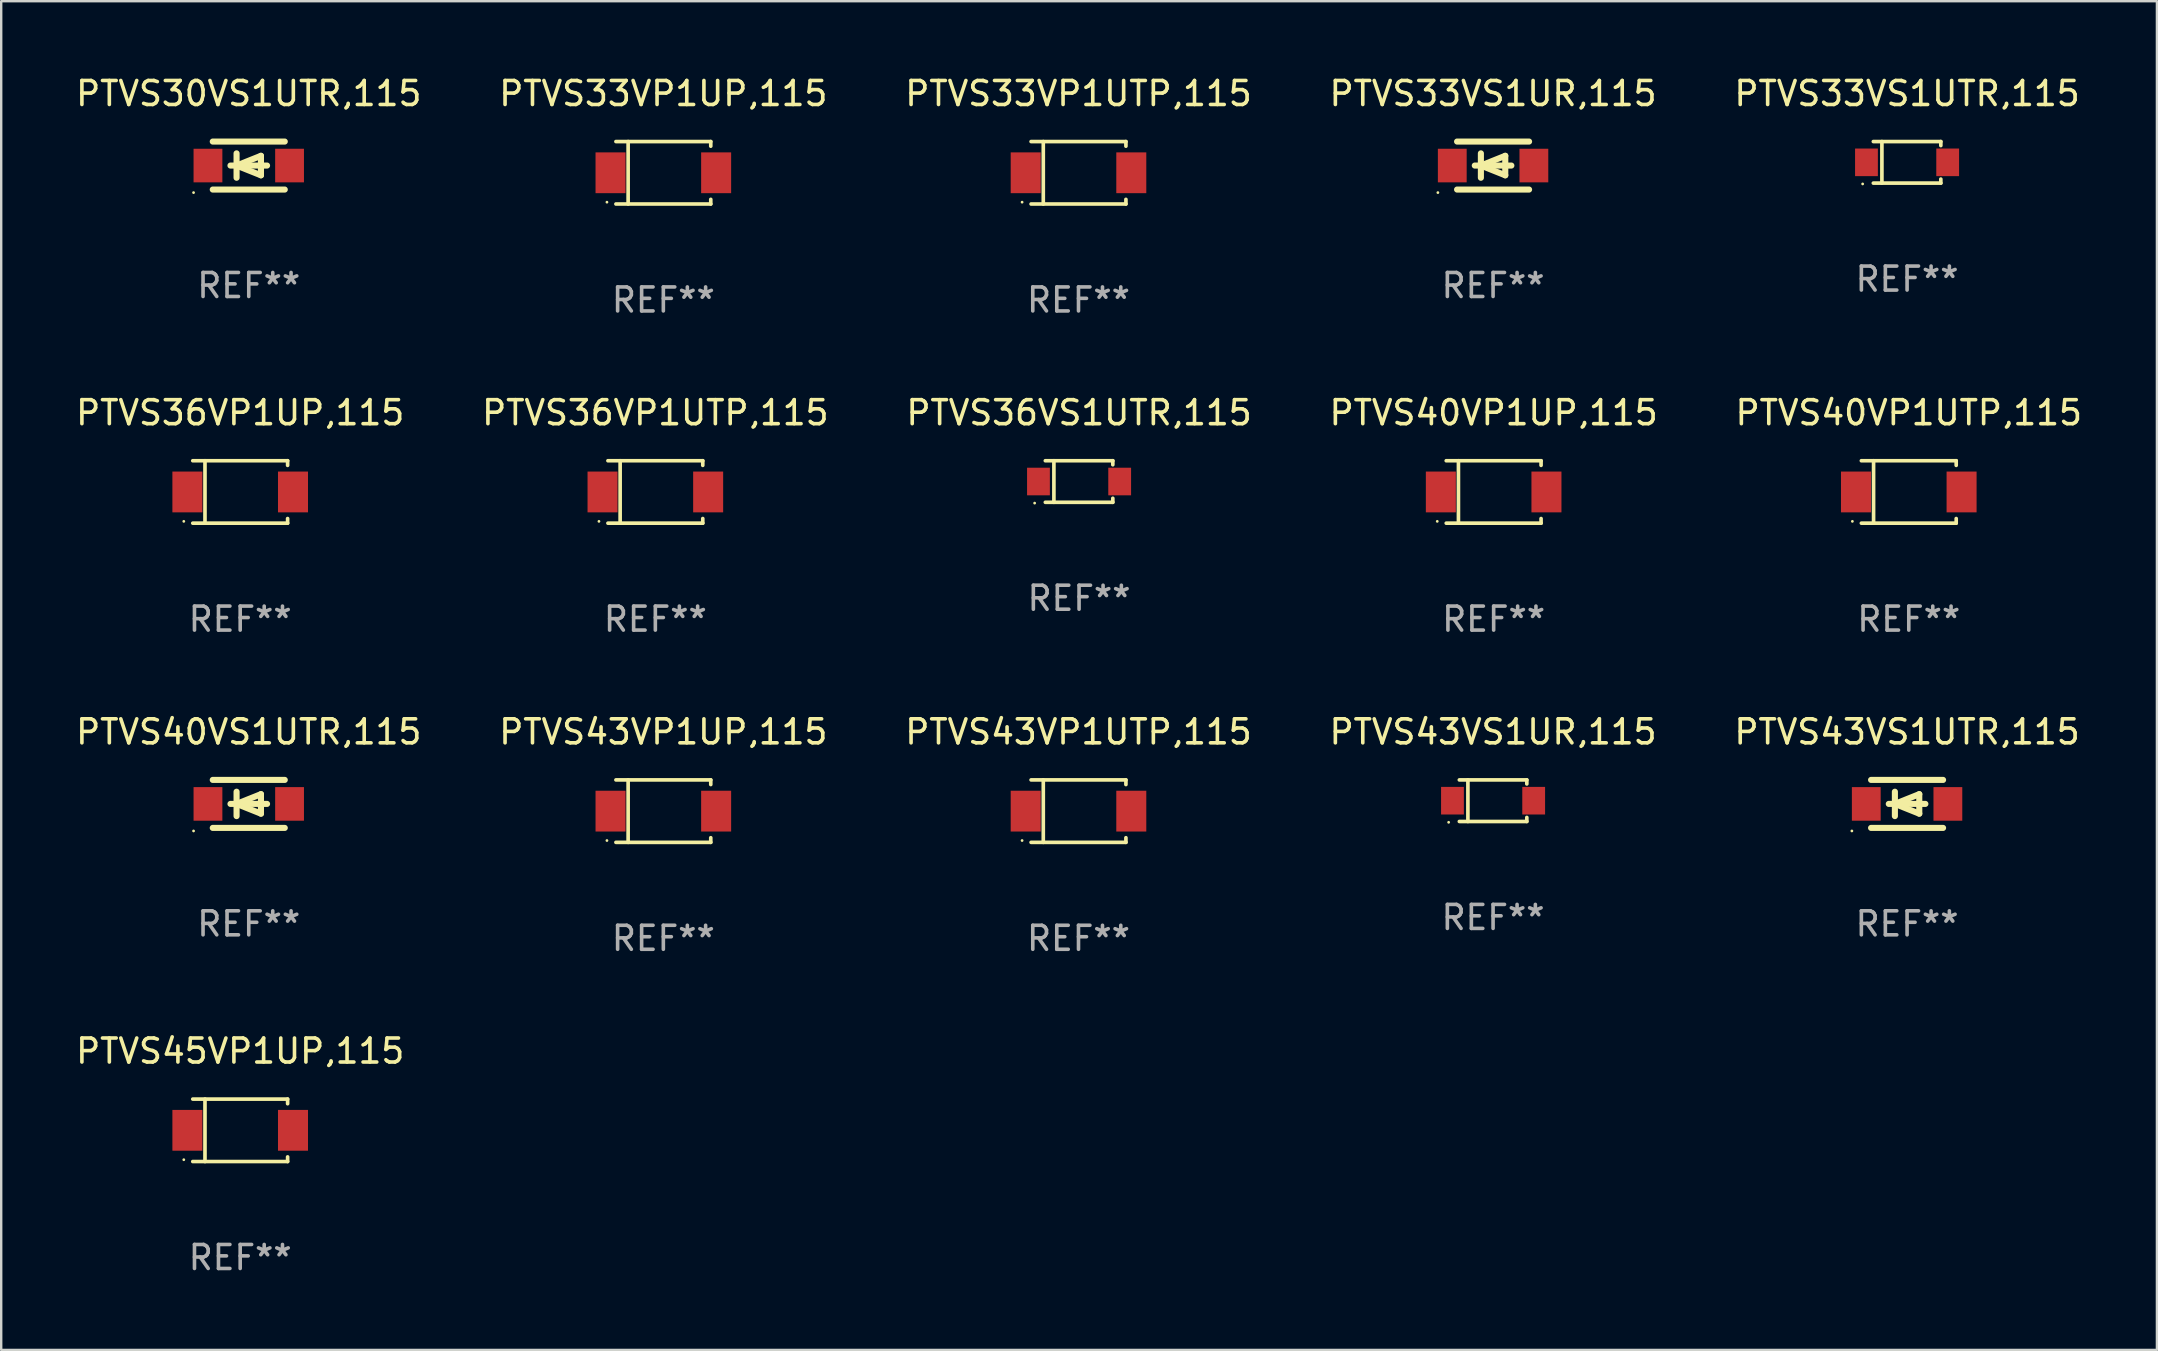
<source format=kicad_pcb>
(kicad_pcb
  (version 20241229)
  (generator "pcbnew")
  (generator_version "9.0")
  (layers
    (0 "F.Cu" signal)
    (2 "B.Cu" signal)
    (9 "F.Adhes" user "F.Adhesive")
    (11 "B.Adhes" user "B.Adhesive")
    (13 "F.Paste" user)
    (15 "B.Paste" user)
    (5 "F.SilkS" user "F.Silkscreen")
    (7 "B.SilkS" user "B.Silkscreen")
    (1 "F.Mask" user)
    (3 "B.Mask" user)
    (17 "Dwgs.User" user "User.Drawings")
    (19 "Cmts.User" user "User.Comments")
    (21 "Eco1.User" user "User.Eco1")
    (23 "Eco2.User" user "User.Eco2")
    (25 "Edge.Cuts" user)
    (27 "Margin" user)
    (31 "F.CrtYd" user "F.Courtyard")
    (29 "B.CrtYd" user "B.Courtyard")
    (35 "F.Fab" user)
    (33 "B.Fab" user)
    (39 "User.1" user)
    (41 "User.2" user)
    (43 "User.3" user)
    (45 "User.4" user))
  (footprint "PTVS40VP1UP,115"
    (layer "F.Cu")
    (at 59.185 17.448)
    (property "Reference" "PTVS40VP1UP,115" (at 0 -3.301 0) (layer "F.SilkS") (effects (font (size 1 1) (thickness 0.15))))
    (attr through_hole)
    (fp_line (start -1.976 -1.301) (end 1.976 -1.301) (stroke (width 0.152) (type solid)) (layer "F.SilkS"))
    (fp_line (start -1.976 1.301) (end 1.976 1.301) (stroke (width 0.152) (type solid)) (layer "F.SilkS"))
    (fp_line (start -1.467 -1.301) (end -1.467 1.301) (stroke (width 0.152) (type solid)) (layer "F.SilkS"))
    (fp_line (start 1.976 -1.301) (end 1.976 -1.108) (stroke (width 0.152) (type solid)) (layer "F.SilkS"))
    (fp_line (start 1.976 1.301) (end 1.976 1.108) (stroke (width 0.152) (type solid)) (layer "F.SilkS"))
    (fp_circle (center -2.35 1.225) (end -2.32 1.225) (stroke (width 0.06) (type solid)) (fill no) (layer "F.SilkS"))
    (fp_text user "REF**" (at 0 5.301 0) (layer "F.Fab") (effects (font (size 1 1) (thickness 0.15))))
    (pad "1" smd rect (at -2.2 0 180) (size 1.25 1.7) (layers "F.Cu" "F.Mask" "F.Paste"))
    (pad "2" smd rect (at 2.2 0 180) (size 1.25 1.7) (layers "F.Cu" "F.Mask" "F.Paste")))
  (footprint "PTVS33VS1UR,115"
    (layer "F.Cu")
    (at 59.161 3.848)
    (property "Reference" "PTVS33VS1UR,115" (at 0 -3 0) (layer "F.SilkS") (effects (font (size 1 1) (thickness 0.15))))
    (attr through_hole)
    (fp_line (start -1.5 -1) (end 1.5 -1) (stroke (width 0.254) (type solid)) (layer "F.SilkS"))
    (fp_line (start -1.5 1) (end 1.5 1) (stroke (width 0.254) (type solid)) (layer "F.SilkS"))
    (fp_line (start -0.762 0) (end 0.762 0) (stroke (width 0.254) (type solid)) (layer "F.SilkS"))
    (fp_line (start -0.508 -0.508) (end -0.508 0.508) (stroke (width 0.254) (type solid)) (layer "F.SilkS"))
    (fp_line (start -0.508 0) (end 0.508 -0.406) (stroke (width 0.254) (type solid)) (layer "F.SilkS"))
    (fp_line (start 0.508 -0.406) (end 0.508 0.406) (stroke (width 0.254) (type solid)) (layer "F.SilkS"))
    (fp_line (start 0.508 0.406) (end -0.508 0) (stroke (width 0.254) (type solid)) (layer "F.SilkS"))
    (fp_circle (center -2.3 1.127) (end -2.27 1.127) (stroke (width 0.06) (type solid)) (fill no) (layer "F.SilkS"))
    (fp_text user "REF**" (at 0 5 0) (layer "F.Fab") (effects (font (size 1 1) (thickness 0.15))))
    (pad "1" smd rect (at -1.7 0) (size 1.2 1.4) (layers "F.Cu" "F.Mask" "F.Paste"))
    (pad "2" smd rect (at 1.7 0) (size 1.2 1.4) (layers "F.Cu" "F.Mask" "F.Paste")))
  (footprint "PTVS45VP1UP,115"
    (layer "F.Cu")
    (at 6.958 44.046)
    (property "Reference" "PTVS45VP1UP,115" (at 0 -3.301 0) (layer "F.SilkS") (effects (font (size 1 1) (thickness 0.15))))
    (attr through_hole)
    (fp_line (start -1.976 -1.301) (end 1.976 -1.301) (stroke (width 0.152) (type solid)) (layer "F.SilkS"))
    (fp_line (start -1.976 1.301) (end 1.976 1.301) (stroke (width 0.152) (type solid)) (layer "F.SilkS"))
    (fp_line (start -1.467 -1.301) (end -1.467 1.301) (stroke (width 0.152) (type solid)) (layer "F.SilkS"))
    (fp_line (start 1.976 -1.301) (end 1.976 -1.108) (stroke (width 0.152) (type solid)) (layer "F.SilkS"))
    (fp_line (start 1.976 1.301) (end 1.976 1.108) (stroke (width 0.152) (type solid)) (layer "F.SilkS"))
    (fp_circle (center -2.35 1.225) (end -2.32 1.225) (stroke (width 0.06) (type solid)) (fill no) (layer "F.SilkS"))
    (fp_text user "REF**" (at 0 5.301 0) (layer "F.Fab") (effects (font (size 1 1) (thickness 0.15))))
    (pad "1" smd rect (at -2.2 0 180) (size 1.25 1.7) (layers "F.Cu" "F.Mask" "F.Paste"))
    (pad "2" smd rect (at 2.2 0 180) (size 1.25 1.7) (layers "F.Cu" "F.Mask" "F.Paste")))
  (footprint "PTVS43VS1UR,115"
    (layer "F.Cu")
    (at 59.161 30.312)
    (property "Reference" "PTVS43VS1UR,115" (at 0 -2.866 0) (layer "F.SilkS") (effects (font (size 1 1) (thickness 0.15))))
    (attr through_hole)
    (fp_line (start -1.406 -0.866) (end 1.406 -0.866) (stroke (width 0.152) (type solid)) (layer "F.SilkS"))
    (fp_line (start -1.406 0.866) (end 1.406 0.866) (stroke (width 0.152) (type solid)) (layer "F.SilkS"))
    (fp_line (start -1.049 -0.866) (end -1.049 0.866) (stroke (width 0.152) (type solid)) (layer "F.SilkS"))
    (fp_line (start 1.406 -0.866) (end 1.406 -0.698) (stroke (width 0.152) (type solid)) (layer "F.SilkS"))
    (fp_line (start 1.406 0.866) (end 1.406 0.698) (stroke (width 0.152) (type solid)) (layer "F.SilkS"))
    (fp_circle (center -1.851 0.9) (end -1.821 0.9) (stroke (width 0.06) (type solid)) (fill no) (layer "F.SilkS"))
    (fp_text user "REF**" (at 0 4.866 0) (layer "F.Fab") (effects (font (size 1 1) (thickness 0.15))))
    (pad "1" smd rect (at -1.692 0) (size 0.95 1.15) (layers "F.Cu" "F.Mask" "F.Paste"))
    (pad "2" smd rect (at 1.692 0) (size 0.95 1.15) (layers "F.Cu" "F.Mask" "F.Paste")))
  (footprint "PTVS40VS1UTR,115"
    (layer "F.Cu")
    (at 7.315 30.446)
    (property "Reference" "PTVS40VS1UTR,115" (at 0 -3 0) (layer "F.SilkS") (effects (font (size 1 1) (thickness 0.15))))
    (attr through_hole)
    (fp_line (start -1.5 -1) (end 1.5 -1) (stroke (width 0.254) (type solid)) (layer "F.SilkS"))
    (fp_line (start -1.5 1) (end 1.5 1) (stroke (width 0.254) (type solid)) (layer "F.SilkS"))
    (fp_line (start -0.762 0) (end 0.762 0) (stroke (width 0.254) (type solid)) (layer "F.SilkS"))
    (fp_line (start -0.508 -0.508) (end -0.508 0.508) (stroke (width 0.254) (type solid)) (layer "F.SilkS"))
    (fp_line (start -0.508 0) (end 0.508 -0.406) (stroke (width 0.254) (type solid)) (layer "F.SilkS"))
    (fp_line (start 0.508 -0.406) (end 0.508 0.406) (stroke (width 0.254) (type solid)) (layer "F.SilkS"))
    (fp_line (start 0.508 0.406) (end -0.508 0) (stroke (width 0.254) (type solid)) (layer "F.SilkS"))
    (fp_circle (center -2.3 1.127) (end -2.27 1.127) (stroke (width 0.06) (type solid)) (fill no) (layer "F.SilkS"))
    (fp_text user "REF**" (at 0 5 0) (layer "F.Fab") (effects (font (size 1 1) (thickness 0.15))))
    (pad "1" smd rect (at -1.7 0) (size 1.2 1.4) (layers "F.Cu" "F.Mask" "F.Paste"))
    (pad "2" smd rect (at 1.7 0) (size 1.2 1.4) (layers "F.Cu" "F.Mask" "F.Paste")))
  (footprint "PTVS36VS1UTR,115"
    (layer "F.Cu")
    (at 41.911 17.013)
    (property "Reference" "PTVS36VS1UTR,115" (at 0 -2.866 0) (layer "F.SilkS") (effects (font (size 1 1) (thickness 0.15))))
    (attr through_hole)
    (fp_line (start -1.406 -0.866) (end 1.406 -0.866) (stroke (width 0.152) (type solid)) (layer "F.SilkS"))
    (fp_line (start -1.406 0.866) (end 1.406 0.866) (stroke (width 0.152) (type solid)) (layer "F.SilkS"))
    (fp_line (start -1.049 -0.866) (end -1.049 0.866) (stroke (width 0.152) (type solid)) (layer "F.SilkS"))
    (fp_line (start 1.406 -0.866) (end 1.406 -0.698) (stroke (width 0.152) (type solid)) (layer "F.SilkS"))
    (fp_line (start 1.406 0.866) (end 1.406 0.698) (stroke (width 0.152) (type solid)) (layer "F.SilkS"))
    (fp_circle (center -1.851 0.9) (end -1.821 0.9) (stroke (width 0.06) (type solid)) (fill no) (layer "F.SilkS"))
    (fp_text user "REF**" (at 0 4.866 0) (layer "F.Fab") (effects (font (size 1 1) (thickness 0.15))))
    (pad "1" smd rect (at -1.692 0) (size 0.95 1.15) (layers "F.Cu" "F.Mask" "F.Paste"))
    (pad "2" smd rect (at 1.692 0) (size 0.95 1.15) (layers "F.Cu" "F.Mask" "F.Paste")))
  (footprint "PTVS40VP1UTP,115"
    (layer "F.Cu")
    (at 76.482 17.448)
    (property "Reference" "PTVS40VP1UTP,115" (at 0 -3.301 0) (layer "F.SilkS") (effects (font (size 1 1) (thickness 0.15))))
    (attr through_hole)
    (fp_line (start -1.976 -1.301) (end 1.976 -1.301) (stroke (width 0.152) (type solid)) (layer "F.SilkS"))
    (fp_line (start -1.976 1.301) (end 1.976 1.301) (stroke (width 0.152) (type solid)) (layer "F.SilkS"))
    (fp_line (start -1.467 -1.301) (end -1.467 1.301) (stroke (width 0.152) (type solid)) (layer "F.SilkS"))
    (fp_line (start 1.976 -1.301) (end 1.976 -1.108) (stroke (width 0.152) (type solid)) (layer "F.SilkS"))
    (fp_line (start 1.976 1.301) (end 1.976 1.108) (stroke (width 0.152) (type solid)) (layer "F.SilkS"))
    (fp_circle (center -2.35 1.225) (end -2.32 1.225) (stroke (width 0.06) (type solid)) (fill no) (layer "F.SilkS"))
    (fp_text user "REF**" (at 0 5.301 0) (layer "F.Fab") (effects (font (size 1 1) (thickness 0.15))))
    (pad "1" smd rect (at -2.2 0 180) (size 1.25 1.7) (layers "F.Cu" "F.Mask" "F.Paste"))
    (pad "2" smd rect (at 2.2 0 180) (size 1.25 1.7) (layers "F.Cu" "F.Mask" "F.Paste")))
  (footprint "PTVS43VP1UTP,115"
    (layer "F.Cu")
    (at 41.887 30.747)
    (property "Reference" "PTVS43VP1UTP,115" (at 0 -3.301 0) (layer "F.SilkS") (effects (font (size 1 1) (thickness 0.15))))
    (attr through_hole)
    (fp_line (start -1.976 -1.301) (end 1.976 -1.301) (stroke (width 0.152) (type solid)) (layer "F.SilkS"))
    (fp_line (start -1.976 1.301) (end 1.976 1.301) (stroke (width 0.152) (type solid)) (layer "F.SilkS"))
    (fp_line (start -1.467 -1.301) (end -1.467 1.301) (stroke (width 0.152) (type solid)) (layer "F.SilkS"))
    (fp_line (start 1.976 -1.301) (end 1.976 -1.108) (stroke (width 0.152) (type solid)) (layer "F.SilkS"))
    (fp_line (start 1.976 1.301) (end 1.976 1.108) (stroke (width 0.152) (type solid)) (layer "F.SilkS"))
    (fp_circle (center -2.35 1.225) (end -2.32 1.225) (stroke (width 0.06) (type solid)) (fill no) (layer "F.SilkS"))
    (fp_text user "REF**" (at 0 5.301 0) (layer "F.Fab") (effects (font (size 1 1) (thickness 0.15))))
    (pad "1" smd rect (at -2.2 0 180) (size 1.25 1.7) (layers "F.Cu" "F.Mask" "F.Paste"))
    (pad "2" smd rect (at 2.2 0 180) (size 1.25 1.7) (layers "F.Cu" "F.Mask" "F.Paste")))
  (footprint "PTVS33VP1UP,115"
    (layer "F.Cu")
    (at 24.589 4.149)
    (property "Reference" "PTVS33VP1UP,115" (at 0 -3.301 0) (layer "F.SilkS") (effects (font (size 1 1) (thickness 0.15))))
    (attr through_hole)
    (fp_line (start -1.976 -1.301) (end 1.976 -1.301) (stroke (width 0.152) (type solid)) (layer "F.SilkS"))
    (fp_line (start -1.976 1.301) (end 1.976 1.301) (stroke (width 0.152) (type solid)) (layer "F.SilkS"))
    (fp_line (start -1.467 -1.301) (end -1.467 1.301) (stroke (width 0.152) (type solid)) (layer "F.SilkS"))
    (fp_line (start 1.976 -1.301) (end 1.976 -1.108) (stroke (width 0.152) (type solid)) (layer "F.SilkS"))
    (fp_line (start 1.976 1.301) (end 1.976 1.108) (stroke (width 0.152) (type solid)) (layer "F.SilkS"))
    (fp_circle (center -2.35 1.225) (end -2.32 1.225) (stroke (width 0.06) (type solid)) (fill no) (layer "F.SilkS"))
    (fp_text user "REF**" (at 0 5.301 0) (layer "F.Fab") (effects (font (size 1 1) (thickness 0.15))))
    (pad "1" smd rect (at -2.2 0 180) (size 1.25 1.7) (layers "F.Cu" "F.Mask" "F.Paste"))
    (pad "2" smd rect (at 2.2 0 180) (size 1.25 1.7) (layers "F.Cu" "F.Mask" "F.Paste")))
  (footprint "PTVS36VP1UP,115"
    (layer "F.Cu")
    (at 6.958 17.448)
    (property "Reference" "PTVS36VP1UP,115" (at 0 -3.301 0) (layer "F.SilkS") (effects (font (size 1 1) (thickness 0.15))))
    (attr through_hole)
    (fp_line (start -1.976 -1.301) (end 1.976 -1.301) (stroke (width 0.152) (type solid)) (layer "F.SilkS"))
    (fp_line (start -1.976 1.301) (end 1.976 1.301) (stroke (width 0.152) (type solid)) (layer "F.SilkS"))
    (fp_line (start -1.467 -1.301) (end -1.467 1.301) (stroke (width 0.152) (type solid)) (layer "F.SilkS"))
    (fp_line (start 1.976 -1.301) (end 1.976 -1.108) (stroke (width 0.152) (type solid)) (layer "F.SilkS"))
    (fp_line (start 1.976 1.301) (end 1.976 1.108) (stroke (width 0.152) (type solid)) (layer "F.SilkS"))
    (fp_circle (center -2.35 1.225) (end -2.32 1.225) (stroke (width 0.06) (type solid)) (fill no) (layer "F.SilkS"))
    (fp_text user "REF**" (at 0 5.301 0) (layer "F.Fab") (effects (font (size 1 1) (thickness 0.15))))
    (pad "1" smd rect (at -2.2 0 180) (size 1.25 1.7) (layers "F.Cu" "F.Mask" "F.Paste"))
    (pad "2" smd rect (at 2.2 0 180) (size 1.25 1.7) (layers "F.Cu" "F.Mask" "F.Paste")))
  (footprint "PTVS33VS1UTR,115"
    (layer "F.Cu")
    (at 76.411 3.714)
    (property "Reference" "PTVS33VS1UTR,115" (at 0 -2.866 0) (layer "F.SilkS") (effects (font (size 1 1) (thickness 0.15))))
    (attr through_hole)
    (fp_line (start -1.406 -0.866) (end 1.406 -0.866) (stroke (width 0.152) (type solid)) (layer "F.SilkS"))
    (fp_line (start -1.406 0.866) (end 1.406 0.866) (stroke (width 0.152) (type solid)) (layer "F.SilkS"))
    (fp_line (start -1.049 -0.866) (end -1.049 0.866) (stroke (width 0.152) (type solid)) (layer "F.SilkS"))
    (fp_line (start 1.406 -0.866) (end 1.406 -0.698) (stroke (width 0.152) (type solid)) (layer "F.SilkS"))
    (fp_line (start 1.406 0.866) (end 1.406 0.698) (stroke (width 0.152) (type solid)) (layer "F.SilkS"))
    (fp_circle (center -1.851 0.9) (end -1.821 0.9) (stroke (width 0.06) (type solid)) (fill no) (layer "F.SilkS"))
    (fp_text user "REF**" (at 0 4.866 0) (layer "F.Fab") (effects (font (size 1 1) (thickness 0.15))))
    (pad "1" smd rect (at -1.692 0) (size 0.95 1.15) (layers "F.Cu" "F.Mask" "F.Paste"))
    (pad "2" smd rect (at 1.692 0) (size 0.95 1.15) (layers "F.Cu" "F.Mask" "F.Paste")))
  (footprint "PTVS43VP1UP,115"
    (layer "F.Cu")
    (at 24.589 30.747)
    (property "Reference" "PTVS43VP1UP,115" (at 0 -3.301 0) (layer "F.SilkS") (effects (font (size 1 1) (thickness 0.15))))
    (attr through_hole)
    (fp_line (start -1.976 -1.301) (end 1.976 -1.301) (stroke (width 0.152) (type solid)) (layer "F.SilkS"))
    (fp_line (start -1.976 1.301) (end 1.976 1.301) (stroke (width 0.152) (type solid)) (layer "F.SilkS"))
    (fp_line (start -1.467 -1.301) (end -1.467 1.301) (stroke (width 0.152) (type solid)) (layer "F.SilkS"))
    (fp_line (start 1.976 -1.301) (end 1.976 -1.108) (stroke (width 0.152) (type solid)) (layer "F.SilkS"))
    (fp_line (start 1.976 1.301) (end 1.976 1.108) (stroke (width 0.152) (type solid)) (layer "F.SilkS"))
    (fp_circle (center -2.35 1.225) (end -2.32 1.225) (stroke (width 0.06) (type solid)) (fill no) (layer "F.SilkS"))
    (fp_text user "REF**" (at 0 5.301 0) (layer "F.Fab") (effects (font (size 1 1) (thickness 0.15))))
    (pad "1" smd rect (at -2.2 0 180) (size 1.25 1.7) (layers "F.Cu" "F.Mask" "F.Paste"))
    (pad "2" smd rect (at 2.2 0 180) (size 1.25 1.7) (layers "F.Cu" "F.Mask" "F.Paste")))
  (footprint "PTVS30VS1UTR,115"
    (layer "F.Cu")
    (at 7.315 3.848)
    (property "Reference" "PTVS30VS1UTR,115" (at 0 -3 0) (layer "F.SilkS") (effects (font (size 1 1) (thickness 0.15))))
    (attr through_hole)
    (fp_line (start -1.5 -1) (end 1.5 -1) (stroke (width 0.254) (type solid)) (layer "F.SilkS"))
    (fp_line (start -1.5 1) (end 1.5 1) (stroke (width 0.254) (type solid)) (layer "F.SilkS"))
    (fp_line (start -0.762 0) (end 0.762 0) (stroke (width 0.254) (type solid)) (layer "F.SilkS"))
    (fp_line (start -0.508 -0.508) (end -0.508 0.508) (stroke (width 0.254) (type solid)) (layer "F.SilkS"))
    (fp_line (start -0.508 0) (end 0.508 -0.406) (stroke (width 0.254) (type solid)) (layer "F.SilkS"))
    (fp_line (start 0.508 -0.406) (end 0.508 0.406) (stroke (width 0.254) (type solid)) (layer "F.SilkS"))
    (fp_line (start 0.508 0.406) (end -0.508 0) (stroke (width 0.254) (type solid)) (layer "F.SilkS"))
    (fp_circle (center -2.3 1.127) (end -2.27 1.127) (stroke (width 0.06) (type solid)) (fill no) (layer "F.SilkS"))
    (fp_text user "REF**" (at 0 5 0) (layer "F.Fab") (effects (font (size 1 1) (thickness 0.15))))
    (pad "1" smd rect (at -1.7 0) (size 1.2 1.4) (layers "F.Cu" "F.Mask" "F.Paste"))
    (pad "2" smd rect (at 1.7 0) (size 1.2 1.4) (layers "F.Cu" "F.Mask" "F.Paste")))
  (footprint "PTVS43VS1UTR,115"
    (layer "F.Cu")
    (at 76.411 30.446)
    (property "Reference" "PTVS43VS1UTR,115" (at 0 -3 0) (layer "F.SilkS") (effects (font (size 1 1) (thickness 0.15))))
    (attr through_hole)
    (fp_line (start -1.5 -1) (end 1.5 -1) (stroke (width 0.254) (type solid)) (layer "F.SilkS"))
    (fp_line (start -1.5 1) (end 1.5 1) (stroke (width 0.254) (type solid)) (layer "F.SilkS"))
    (fp_line (start -0.762 0) (end 0.762 0) (stroke (width 0.254) (type solid)) (layer "F.SilkS"))
    (fp_line (start -0.508 -0.508) (end -0.508 0.508) (stroke (width 0.254) (type solid)) (layer "F.SilkS"))
    (fp_line (start -0.508 0) (end 0.508 -0.406) (stroke (width 0.254) (type solid)) (layer "F.SilkS"))
    (fp_line (start 0.508 -0.406) (end 0.508 0.406) (stroke (width 0.254) (type solid)) (layer "F.SilkS"))
    (fp_line (start 0.508 0.406) (end -0.508 0) (stroke (width 0.254) (type solid)) (layer "F.SilkS"))
    (fp_circle (center -2.3 1.127) (end -2.27 1.127) (stroke (width 0.06) (type solid)) (fill no) (layer "F.SilkS"))
    (fp_text user "REF**" (at 0 5 0) (layer "F.Fab") (effects (font (size 1 1) (thickness 0.15))))
    (pad "1" smd rect (at -1.7 0) (size 1.2 1.4) (layers "F.Cu" "F.Mask" "F.Paste"))
    (pad "2" smd rect (at 1.7 0) (size 1.2 1.4) (layers "F.Cu" "F.Mask" "F.Paste")))
  (footprint "PTVS36VP1UTP,115"
    (layer "F.Cu")
    (at 24.256 17.448)
    (property "Reference" "PTVS36VP1UTP,115" (at 0 -3.301 0) (layer "F.SilkS") (effects (font (size 1 1) (thickness 0.15))))
    (attr through_hole)
    (fp_line (start -1.976 -1.301) (end 1.976 -1.301) (stroke (width 0.152) (type solid)) (layer "F.SilkS"))
    (fp_line (start -1.976 1.301) (end 1.976 1.301) (stroke (width 0.152) (type solid)) (layer "F.SilkS"))
    (fp_line (start -1.467 -1.301) (end -1.467 1.301) (stroke (width 0.152) (type solid)) (layer "F.SilkS"))
    (fp_line (start 1.976 -1.301) (end 1.976 -1.108) (stroke (width 0.152) (type solid)) (layer "F.SilkS"))
    (fp_line (start 1.976 1.301) (end 1.976 1.108) (stroke (width 0.152) (type solid)) (layer "F.SilkS"))
    (fp_circle (center -2.35 1.225) (end -2.32 1.225) (stroke (width 0.06) (type solid)) (fill no) (layer "F.SilkS"))
    (fp_text user "REF**" (at 0 5.301 0) (layer "F.Fab") (effects (font (size 1 1) (thickness 0.15))))
    (pad "1" smd rect (at -2.2 0 180) (size 1.25 1.7) (layers "F.Cu" "F.Mask" "F.Paste"))
    (pad "2" smd rect (at 2.2 0 180) (size 1.25 1.7) (layers "F.Cu" "F.Mask" "F.Paste")))
  (footprint "PTVS33VP1UTP,115"
    (layer "F.Cu")
    (at 41.887 4.149)
    (property "Reference" "PTVS33VP1UTP,115" (at 0 -3.301 0) (layer "F.SilkS") (effects (font (size 1 1) (thickness 0.15))))
    (attr through_hole)
    (fp_line (start -1.976 -1.301) (end 1.976 -1.301) (stroke (width 0.152) (type solid)) (layer "F.SilkS"))
    (fp_line (start -1.976 1.301) (end 1.976 1.301) (stroke (width 0.152) (type solid)) (layer "F.SilkS"))
    (fp_line (start -1.467 -1.301) (end -1.467 1.301) (stroke (width 0.152) (type solid)) (layer "F.SilkS"))
    (fp_line (start 1.976 -1.301) (end 1.976 -1.108) (stroke (width 0.152) (type solid)) (layer "F.SilkS"))
    (fp_line (start 1.976 1.301) (end 1.976 1.108) (stroke (width 0.152) (type solid)) (layer "F.SilkS"))
    (fp_circle (center -2.35 1.225) (end -2.32 1.225) (stroke (width 0.06) (type solid)) (fill no) (layer "F.SilkS"))
    (fp_text user "REF**" (at 0 5.301 0) (layer "F.Fab") (effects (font (size 1 1) (thickness 0.15))))
    (pad "1" smd rect (at -2.2 0 180) (size 1.25 1.7) (layers "F.Cu" "F.Mask" "F.Paste"))
    (pad "2" smd rect (at 2.2 0 180) (size 1.25 1.7) (layers "F.Cu" "F.Mask" "F.Paste")))
  (gr_rect
    (start -3 -3)
    (end 86.821 53.196)
    (stroke (width 0.1) (type default))
    (fill no)
    (layer "Edge.Cuts")))
</source>
